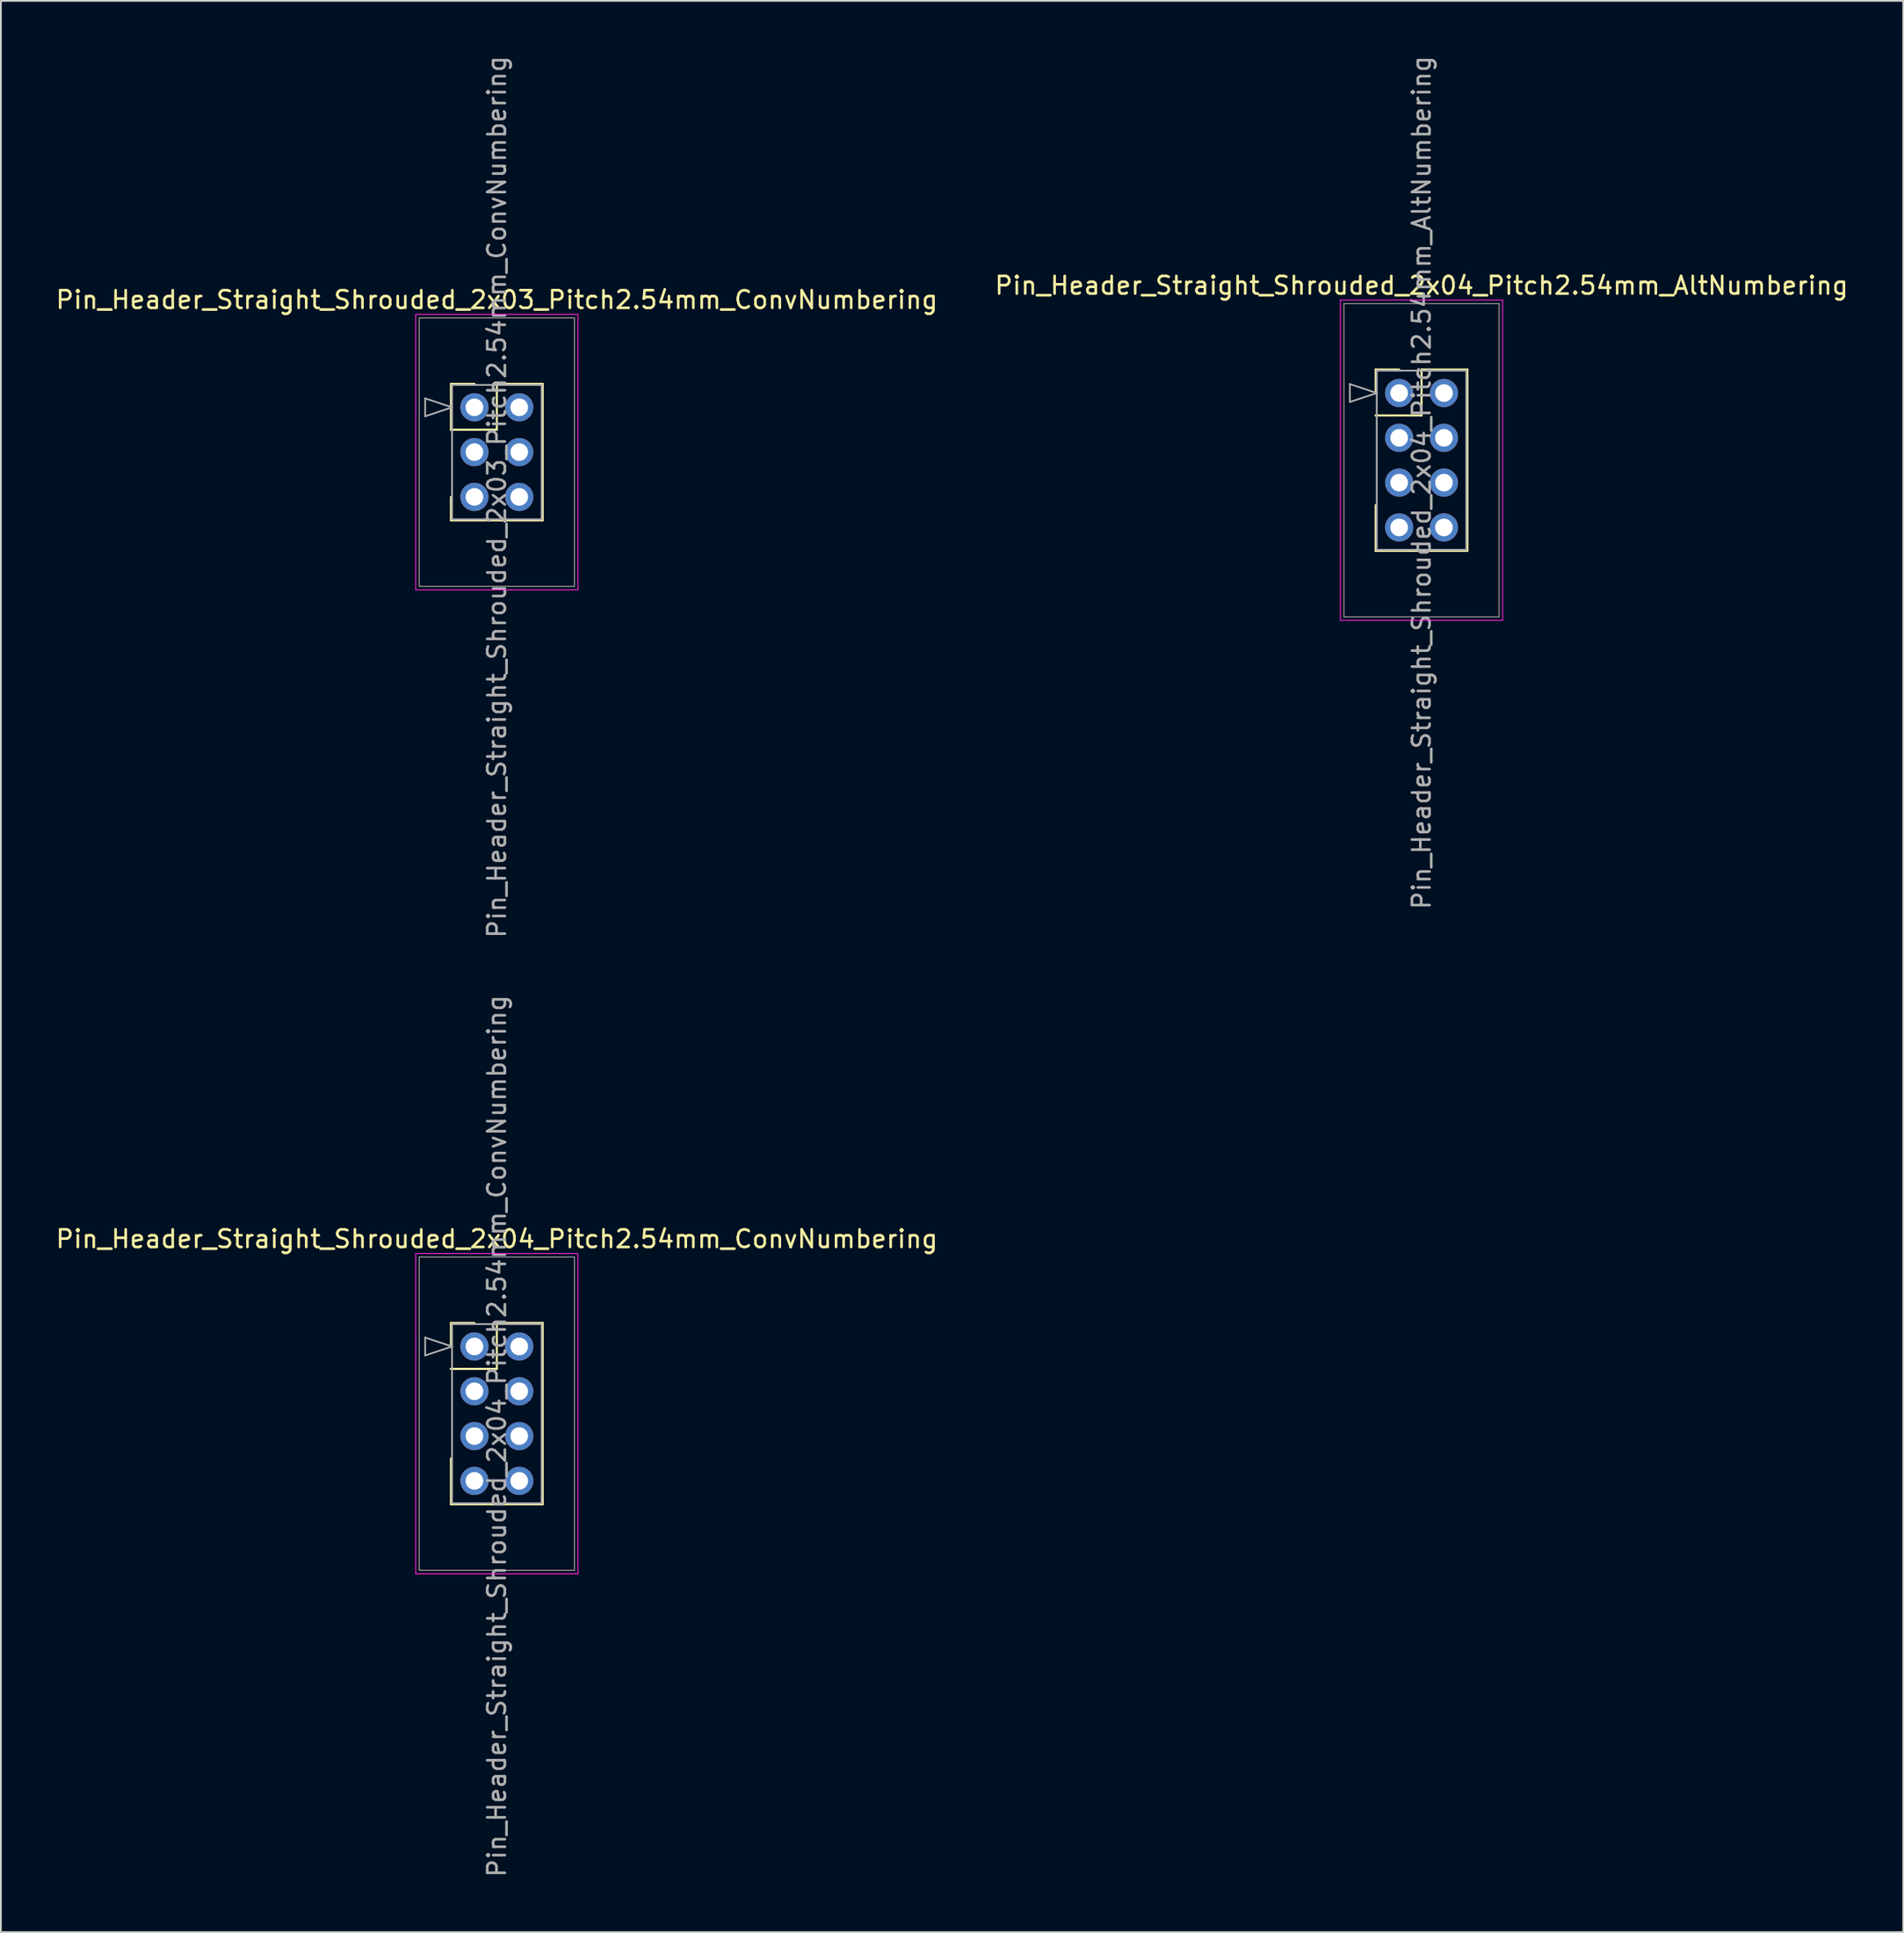
<source format=kicad_pcb>
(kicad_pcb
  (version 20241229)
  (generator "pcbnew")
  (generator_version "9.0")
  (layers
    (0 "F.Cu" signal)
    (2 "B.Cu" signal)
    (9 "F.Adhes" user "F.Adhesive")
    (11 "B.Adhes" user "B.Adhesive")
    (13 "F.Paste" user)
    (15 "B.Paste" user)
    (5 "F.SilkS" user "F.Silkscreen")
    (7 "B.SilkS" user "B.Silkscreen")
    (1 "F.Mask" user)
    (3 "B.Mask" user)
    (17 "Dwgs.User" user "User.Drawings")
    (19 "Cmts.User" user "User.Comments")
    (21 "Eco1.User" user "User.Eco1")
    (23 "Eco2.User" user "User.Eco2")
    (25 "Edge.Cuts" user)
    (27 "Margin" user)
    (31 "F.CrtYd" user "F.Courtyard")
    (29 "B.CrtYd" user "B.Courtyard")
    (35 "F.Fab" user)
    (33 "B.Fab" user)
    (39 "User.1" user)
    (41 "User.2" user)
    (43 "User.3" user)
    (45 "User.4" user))
  (footprint "Pin_Header_Straight_Shrouded_2x04_Pitch2.54mm_AltNumbering"
    (layer "F.Cu")
    (at 76.295 19.235)
    (property "Reference" "Pin_Header_Straight_Shrouded_2x04_Pitch2.54mm_AltNumbering" (at 1.27 -6.096 0) (layer "F.SilkS") (effects (font (size 1 1) (thickness 0.15))))
    (attr through_hole)
    (fp_line (start -1.33 -1.33) (end 0 -1.33) (stroke (width 0.12) (type solid)) (layer "F.SilkS"))
    (fp_line (start -1.33 0) (end -1.33 -1.33) (stroke (width 0.12) (type solid)) (layer "F.SilkS"))
    (fp_line (start -1.33 1.27) (end -1.33 1.27) (stroke (width 0.12) (type solid)) (layer "F.SilkS"))
    (fp_line (start -1.33 1.27) (end 1.27 1.27) (stroke (width 0.12) (type solid)) (layer "F.SilkS"))
    (fp_line (start -1.33 6.35) (end -1.33 8.95) (stroke (width 0.12) (type solid)) (layer "F.SilkS"))
    (fp_line (start -1.33 8.95) (end 3.87 8.95) (stroke (width 0.12) (type solid)) (layer "F.SilkS"))
    (fp_line (start 1.27 -1.33) (end 3.87 -1.33) (stroke (width 0.12) (type solid)) (layer "F.SilkS"))
    (fp_line (start 1.27 1.27) (end 1.27 -1.33) (stroke (width 0.12) (type solid)) (layer "F.SilkS"))
    (fp_line (start 3.87 -1.33) (end 3.87 8.95) (stroke (width 0.12) (type solid)) (layer "F.SilkS"))
    (fp_line (start -3.33 -5.27) (end -3.33 12.89) (stroke (width 0.05) (type solid)) (layer "F.CrtYd"))
    (fp_line (start -3.33 12.89) (end 5.87 12.89) (stroke (width 0.05) (type solid)) (layer "F.CrtYd"))
    (fp_line (start 5.87 -5.27) (end -3.33 -5.27) (stroke (width 0.05) (type solid)) (layer "F.CrtYd"))
    (fp_line (start 5.87 12.89) (end 5.87 -5.27) (stroke (width 0.05) (type solid)) (layer "F.CrtYd"))
    (fp_line (start -3.13 -5.07) (end -3.13 12.69) (stroke (width 0.05) (type solid)) (layer "F.Fab"))
    (fp_line (start -3.13 12.69) (end 5.67 12.69) (stroke (width 0.05) (type solid)) (layer "F.Fab"))
    (fp_line (start -2.794 -0.508) (end -1.27 0) (stroke (width 0.1) (type solid)) (layer "F.Fab"))
    (fp_line (start -2.794 0.508) (end -2.794 -0.508) (stroke (width 0.1) (type solid)) (layer "F.Fab"))
    (fp_line (start -1.27 -1.27) (end -1.27 8.89) (stroke (width 0.1) (type solid)) (layer "F.Fab"))
    (fp_line (start -1.27 0) (end -2.794 0.508) (stroke (width 0.1) (type solid)) (layer "F.Fab"))
    (fp_line (start -1.27 8.89) (end 3.81 8.89) (stroke (width 0.1) (type solid)) (layer "F.Fab"))
    (fp_line (start 3.81 -1.27) (end -1.27 -1.27) (stroke (width 0.1) (type solid)) (layer "F.Fab"))
    (fp_line (start 3.81 8.89) (end 3.81 -1.27) (stroke (width 0.1) (type solid)) (layer "F.Fab"))
    (fp_line (start 5.67 -5.07) (end -3.13 -5.07) (stroke (width 0.05) (type solid)) (layer "F.Fab"))
    (fp_line (start 5.67 12.69) (end 5.67 -5.07) (stroke (width 0.05) (type solid)) (layer "F.Fab"))
    (fp_text user "${REFERENCE}" (at 1.27 5.08 90) (layer "F.Fab") (effects (font (size 1 1) (thickness 0.15))))
    (pad "1" thru_hole oval (at 0 0) (size 1.6 1.6) (drill 1) (layers "*.Cu" "*.Mask"))
    (pad "2" thru_hole oval (at 0 2.54) (size 1.6 1.6) (drill 1) (layers "*.Cu" "*.Mask"))
    (pad "3" thru_hole oval (at 0 5.08) (size 1.6 1.6) (drill 1) (layers "*.Cu" "*.Mask"))
    (pad "4" thru_hole oval (at 0 7.62) (size 1.6 1.6) (drill 1) (layers "*.Cu" "*.Mask"))
    (pad "5" thru_hole oval (at 2.54 0) (size 1.6 1.6) (drill 1) (layers "*.Cu" "*.Mask"))
    (pad "6" thru_hole oval (at 2.54 2.54) (size 1.6 1.6) (drill 1) (layers "*.Cu" "*.Mask"))
    (pad "7" thru_hole oval (at 2.54 5.08) (size 1.6 1.6) (drill 1) (layers "*.Cu" "*.Mask"))
    (pad "8" thru_hole oval (at 2.54 7.62) (size 1.6 1.6) (drill 1) (layers "*.Cu" "*.Mask")))
  (footprint "Pin_Header_Straight_Shrouded_2x04_Pitch2.54mm_ConvNumbering"
    (layer "F.Cu")
    (at 23.855 73.295)
    (property "Reference" "Pin_Header_Straight_Shrouded_2x04_Pitch2.54mm_ConvNumbering" (at 1.27 -6.096 0) (layer "F.SilkS") (effects (font (size 1 1) (thickness 0.15))))
    (attr through_hole)
    (fp_line (start -1.33 -1.33) (end 0 -1.33) (stroke (width 0.12) (type solid)) (layer "F.SilkS"))
    (fp_line (start -1.33 0) (end -1.33 -1.33) (stroke (width 0.12) (type solid)) (layer "F.SilkS"))
    (fp_line (start -1.33 1.27) (end -1.33 1.27) (stroke (width 0.12) (type solid)) (layer "F.SilkS"))
    (fp_line (start -1.33 1.27) (end 1.27 1.27) (stroke (width 0.12) (type solid)) (layer "F.SilkS"))
    (fp_line (start -1.33 6.35) (end -1.33 8.95) (stroke (width 0.12) (type solid)) (layer "F.SilkS"))
    (fp_line (start -1.33 8.95) (end 3.87 8.95) (stroke (width 0.12) (type solid)) (layer "F.SilkS"))
    (fp_line (start 1.27 -1.33) (end 3.87 -1.33) (stroke (width 0.12) (type solid)) (layer "F.SilkS"))
    (fp_line (start 1.27 1.27) (end 1.27 -1.33) (stroke (width 0.12) (type solid)) (layer "F.SilkS"))
    (fp_line (start 3.87 -1.33) (end 3.87 8.95) (stroke (width 0.12) (type solid)) (layer "F.SilkS"))
    (fp_line (start -3.33 -5.27) (end -3.33 12.89) (stroke (width 0.05) (type solid)) (layer "F.CrtYd"))
    (fp_line (start -3.33 12.89) (end 5.87 12.89) (stroke (width 0.05) (type solid)) (layer "F.CrtYd"))
    (fp_line (start 5.87 -5.27) (end -3.33 -5.27) (stroke (width 0.05) (type solid)) (layer "F.CrtYd"))
    (fp_line (start 5.87 12.89) (end 5.87 -5.27) (stroke (width 0.05) (type solid)) (layer "F.CrtYd"))
    (fp_line (start -3.13 -5.07) (end -3.13 12.69) (stroke (width 0.05) (type solid)) (layer "F.Fab"))
    (fp_line (start -3.13 12.69) (end 5.67 12.69) (stroke (width 0.05) (type solid)) (layer "F.Fab"))
    (fp_line (start -2.794 -0.508) (end -1.27 0) (stroke (width 0.1) (type solid)) (layer "F.Fab"))
    (fp_line (start -2.794 0.508) (end -2.794 -0.508) (stroke (width 0.1) (type solid)) (layer "F.Fab"))
    (fp_line (start -1.27 -1.27) (end -1.27 8.89) (stroke (width 0.1) (type solid)) (layer "F.Fab"))
    (fp_line (start -1.27 0) (end -2.794 0.508) (stroke (width 0.1) (type solid)) (layer "F.Fab"))
    (fp_line (start -1.27 8.89) (end 3.81 8.89) (stroke (width 0.1) (type solid)) (layer "F.Fab"))
    (fp_line (start 3.81 -1.27) (end -1.27 -1.27) (stroke (width 0.1) (type solid)) (layer "F.Fab"))
    (fp_line (start 3.81 8.89) (end 3.81 -1.27) (stroke (width 0.1) (type solid)) (layer "F.Fab"))
    (fp_line (start 5.67 -5.07) (end -3.13 -5.07) (stroke (width 0.05) (type solid)) (layer "F.Fab"))
    (fp_line (start 5.67 12.69) (end 5.67 -5.07) (stroke (width 0.05) (type solid)) (layer "F.Fab"))
    (fp_text user "${REFERENCE}" (at 1.27 5.08 90) (layer "F.Fab") (effects (font (size 1 1) (thickness 0.15))))
    (pad "1" thru_hole oval (at 0 0) (size 1.6 1.6) (drill 1) (layers "*.Cu" "*.Mask"))
    (pad "2" thru_hole oval (at 2.54 0) (size 1.6 1.6) (drill 1) (layers "*.Cu" "*.Mask"))
    (pad "3" thru_hole oval (at 0 2.54) (size 1.6 1.6) (drill 1) (layers "*.Cu" "*.Mask"))
    (pad "4" thru_hole oval (at 2.54 2.54) (size 1.6 1.6) (drill 1) (layers "*.Cu" "*.Mask"))
    (pad "5" thru_hole oval (at 0 5.08) (size 1.6 1.6) (drill 1) (layers "*.Cu" "*.Mask"))
    (pad "6" thru_hole oval (at 2.54 5.08) (size 1.6 1.6) (drill 1) (layers "*.Cu" "*.Mask"))
    (pad "7" thru_hole oval (at 0 7.62) (size 1.6 1.6) (drill 1) (layers "*.Cu" "*.Mask"))
    (pad "8" thru_hole oval (at 2.54 7.62) (size 1.6 1.6) (drill 1) (layers "*.Cu" "*.Mask")))
  (footprint "Pin_Header_Straight_Shrouded_2x03_Pitch2.54mm_ConvNumbering"
    (layer "F.Cu")
    (at 23.855 20.045)
    (property "Reference" "Pin_Header_Straight_Shrouded_2x03_Pitch2.54mm_ConvNumbering" (at 1.27 -6.096 0) (layer "F.SilkS") (effects (font (size 1 1) (thickness 0.15))))
    (attr through_hole)
    (fp_line (start -1.33 -1.33) (end 0 -1.33) (stroke (width 0.12) (type solid)) (layer "F.SilkS"))
    (fp_line (start -1.33 0) (end -1.33 -1.33) (stroke (width 0.12) (type solid)) (layer "F.SilkS"))
    (fp_line (start -1.33 1.27) (end -1.33 0) (stroke (width 0.12) (type solid)) (layer "F.SilkS"))
    (fp_line (start -1.33 1.27) (end 1.27 1.27) (stroke (width 0.12) (type solid)) (layer "F.SilkS"))
    (fp_line (start -1.33 5.08) (end -1.33 6.41) (stroke (width 0.12) (type solid)) (layer "F.SilkS"))
    (fp_line (start -1.33 6.41) (end 3.87 6.41) (stroke (width 0.12) (type solid)) (layer "F.SilkS"))
    (fp_line (start 1.27 -1.33) (end 3.87 -1.33) (stroke (width 0.12) (type solid)) (layer "F.SilkS"))
    (fp_line (start 1.27 1.27) (end 1.27 -1.33) (stroke (width 0.12) (type solid)) (layer "F.SilkS"))
    (fp_line (start 3.87 -1.33) (end 3.87 6.41) (stroke (width 0.12) (type solid)) (layer "F.SilkS"))
    (fp_line (start -3.33 -5.27) (end -3.33 10.35) (stroke (width 0.05) (type solid)) (layer "F.CrtYd"))
    (fp_line (start -3.33 10.35) (end 5.87 10.35) (stroke (width 0.05) (type solid)) (layer "F.CrtYd"))
    (fp_line (start 5.87 -5.27) (end -3.33 -5.27) (stroke (width 0.05) (type solid)) (layer "F.CrtYd"))
    (fp_line (start 5.87 10.35) (end 5.87 -5.27) (stroke (width 0.05) (type solid)) (layer "F.CrtYd"))
    (fp_line (start -3.13 -5.07) (end -3.13 10.15) (stroke (width 0.05) (type solid)) (layer "F.Fab"))
    (fp_line (start -3.13 10.15) (end 5.67 10.15) (stroke (width 0.05) (type solid)) (layer "F.Fab"))
    (fp_line (start -2.794 -0.508) (end -1.27 0) (stroke (width 0.1) (type solid)) (layer "F.Fab"))
    (fp_line (start -2.794 0.508) (end -2.794 -0.508) (stroke (width 0.1) (type solid)) (layer "F.Fab"))
    (fp_line (start -1.27 -1.27) (end -1.27 6.35) (stroke (width 0.1) (type solid)) (layer "F.Fab"))
    (fp_line (start -1.27 0) (end -2.794 0.508) (stroke (width 0.1) (type solid)) (layer "F.Fab"))
    (fp_line (start -1.27 6.35) (end 3.81 6.35) (stroke (width 0.1) (type solid)) (layer "F.Fab"))
    (fp_line (start 3.81 -1.27) (end -1.27 -1.27) (stroke (width 0.1) (type solid)) (layer "F.Fab"))
    (fp_line (start 3.81 6.35) (end 3.81 -1.27) (stroke (width 0.1) (type solid)) (layer "F.Fab"))
    (fp_line (start 5.67 -5.07) (end -3.13 -5.07) (stroke (width 0.05) (type solid)) (layer "F.Fab"))
    (fp_line (start 5.67 10.15) (end 5.67 -5.07) (stroke (width 0.05) (type solid)) (layer "F.Fab"))
    (fp_text user "${REFERENCE}" (at 1.27 5.08 90) (layer "F.Fab") (effects (font (size 1 1) (thickness 0.15))))
    (pad "1" thru_hole oval (at 0 0) (size 1.6 1.6) (drill 1) (layers "*.Cu" "*.Mask"))
    (pad "2" thru_hole oval (at 2.54 0) (size 1.6 1.6) (drill 1) (layers "*.Cu" "*.Mask"))
    (pad "3" thru_hole oval (at 0 2.54) (size 1.6 1.6) (drill 1) (layers "*.Cu" "*.Mask"))
    (pad "4" thru_hole oval (at 2.54 2.54) (size 1.6 1.6) (drill 1) (layers "*.Cu" "*.Mask"))
    (pad "5" thru_hole oval (at 0 5.08) (size 1.6 1.6) (drill 1) (layers "*.Cu" "*.Mask"))
    (pad "6" thru_hole oval (at 2.54 5.08) (size 1.6 1.6) (drill 1) (layers "*.Cu" "*.Mask")))
  (gr_rect
    (start -3 -3)
    (end 104.881 106.5)
    (stroke (width 0.1) (type default))
    (fill no)
    (layer "Edge.Cuts")))
</source>
